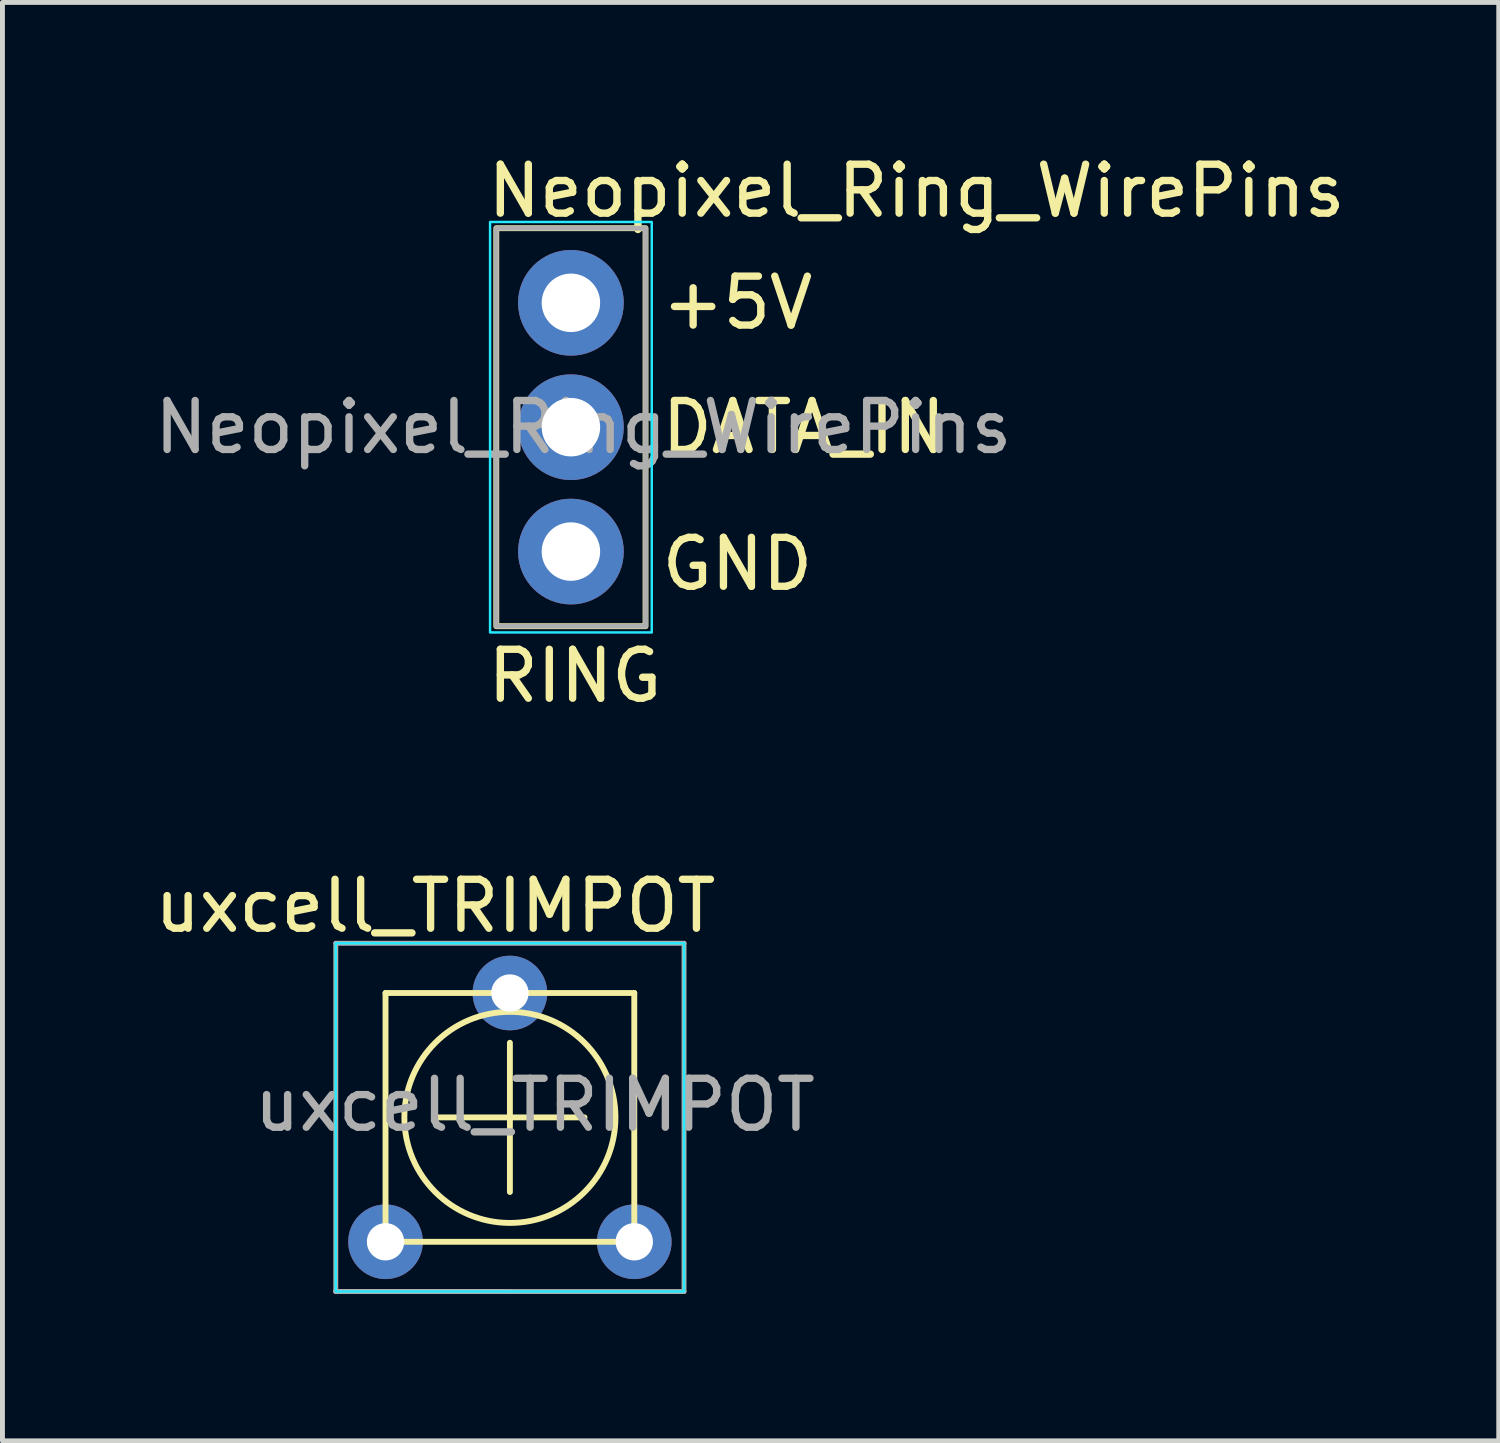
<source format=kicad_pcb>
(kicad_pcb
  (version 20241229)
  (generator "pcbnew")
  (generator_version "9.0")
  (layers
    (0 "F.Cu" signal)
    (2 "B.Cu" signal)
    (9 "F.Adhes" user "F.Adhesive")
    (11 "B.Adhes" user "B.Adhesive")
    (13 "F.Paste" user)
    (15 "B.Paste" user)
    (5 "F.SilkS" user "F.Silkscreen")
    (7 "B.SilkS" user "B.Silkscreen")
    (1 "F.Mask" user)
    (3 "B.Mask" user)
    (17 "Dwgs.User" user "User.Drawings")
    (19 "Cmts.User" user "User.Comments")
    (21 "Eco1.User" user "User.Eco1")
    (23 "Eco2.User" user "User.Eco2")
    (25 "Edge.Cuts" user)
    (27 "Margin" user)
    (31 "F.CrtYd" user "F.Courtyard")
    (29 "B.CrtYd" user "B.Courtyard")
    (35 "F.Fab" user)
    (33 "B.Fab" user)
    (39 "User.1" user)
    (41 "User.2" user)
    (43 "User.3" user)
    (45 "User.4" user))
  (footprint "uxcell_TRIMPOT"
    (layer "F.Cu")
    (at 4.823 22.309)
    (property "Reference" "uxcell_TRIMPOT" (at 1.016 -6.858 0) (unlocked yes) (layer "F.SilkS") (effects (font (size 1 1) (thickness 0.15))))
    (attr through_hole)
    (fp_line (start 0 -5.08) (end 5.08 -5.08) (stroke (width 0.12) (type solid)) (layer "F.SilkS"))
    (fp_line (start 0 0) (end 0 -5.08) (stroke (width 0.12) (type solid)) (layer "F.SilkS"))
    (fp_line (start 1.016 -2.54) (end 4.064 -2.54) (stroke (width 0.12) (type solid)) (layer "F.SilkS"))
    (fp_line (start 2.54 -4.064) (end 2.54 -1.016) (stroke (width 0.12) (type solid)) (layer "F.SilkS"))
    (fp_line (start 5.08 -5.08) (end 5.08 0) (stroke (width 0.12) (type solid)) (layer "F.SilkS"))
    (fp_line (start 5.08 0) (end 0 0) (stroke (width 0.12) (type solid)) (layer "F.SilkS"))
    (fp_circle (center 2.54 -2.54) (end 1.016 -1.016) (stroke (width 0.12) (type solid)) (fill no) (layer "F.SilkS"))
    (fp_rect (start 6.096 -6.096) (end -1.016 1.016) (stroke (width 0.05) (type solid)) (fill no) (layer "B.CrtYd"))
    (fp_line (start -1.016 -6.096) (end -1.016 1.016) (stroke (width 0.1) (type solid)) (layer "F.Fab"))
    (fp_line (start -1.016 1.016) (end 2.54 1.016) (stroke (width 0.1) (type solid)) (layer "F.Fab"))
    (fp_line (start -1.016 1.016) (end 6.096 1.016) (stroke (width 0.1) (type solid)) (layer "F.Fab"))
    (fp_line (start 6.096 -6.096) (end -1.016 -6.096) (stroke (width 0.1) (type solid)) (layer "F.Fab"))
    (fp_line (start 6.096 1.016) (end 6.096 -6.096) (stroke (width 0.1) (type solid)) (layer "F.Fab"))
    (fp_text user "${REFERENCE}" (at 3.048 -2.794 0) (unlocked yes) (layer "F.Fab") (effects (font (size 1 1) (thickness 0.15))))
    (pad "1" thru_hole circle (at 0 0) (size 1.524 1.524) (drill 0.762) (layers "*.Cu" "*.Mask"))
    (pad "2" thru_hole circle (at 2.54 -5.08) (size 1.524 1.524) (drill 0.762) (layers "*.Cu" "*.Mask"))
    (pad "3" thru_hole circle (at 5.08 0) (size 1.524 1.524) (drill 0.762) (layers "*.Cu" "*.Mask")))
  (footprint "Neopixel_Ring_WirePins"
    (layer "F.Cu")
    (at 8.609 3.134)
    (property "Reference" "Neopixel_Ring_WirePins" (at -1.778 -2.286 0) (unlocked yes) (layer "F.SilkS") (effects (font (size 1 1) (thickness 0.15)) (justify left)))
    (attr through_hole)
    (fp_rect (start -1.524 -1.524) (end 1.524 6.604) (stroke (width 0.12) (type solid)) (fill no) (layer "F.SilkS"))
    (fp_rect (start -1.651 -1.651) (end 1.651 6.731) (stroke (width 0.05) (type solid)) (fill no) (layer "B.CrtYd"))
    (fp_rect (start -1.524 -1.524) (end 1.524 6.604) (stroke (width 0.1) (type solid)) (fill no) (layer "F.Fab"))
    (fp_text user "GND" (at 1.778 5.334 0) (unlocked yes) (layer "F.SilkS") (effects (font (size 1 1) (thickness 0.15)) (justify left)))
    (fp_text user "RING" (at -1.778 7.62 0) (unlocked yes) (layer "F.SilkS") (effects (font (size 1 1) (thickness 0.15)) (justify left)))
    (fp_text user "DATA_IN" (at 1.778 2.54 0) (unlocked yes) (layer "F.SilkS") (effects (font (size 1 1) (thickness 0.15)) (justify left)))
    (fp_text user "+5V" (at 1.778 0 0) (unlocked yes) (layer "F.SilkS") (effects (font (size 1 1) (thickness 0.15)) (justify left)))
    (fp_text user "${REFERENCE}" (at 0.254 2.54 0) (unlocked yes) (layer "F.Fab") (effects (font (size 1 1) (thickness 0.15))))
    (pad "1" thru_hole circle (at 0 0) (size 2.159 2.159) (drill 1.194) (layers "*.Cu" "*.Mask"))
    (pad "2" thru_hole circle (at 0 2.54) (size 2.159 2.159) (drill 1.194) (layers "*.Cu" "*.Mask"))
    (pad "3" thru_hole circle (at 0 5.08) (size 2.159 2.159) (drill 1.194) (layers "*.Cu" "*.Mask")))
  (gr_rect
    (start -3 -3)
    (end 27.557 26.375)
    (stroke (width 0.1) (type default))
    (fill no)
    (layer "Edge.Cuts")))
</source>
